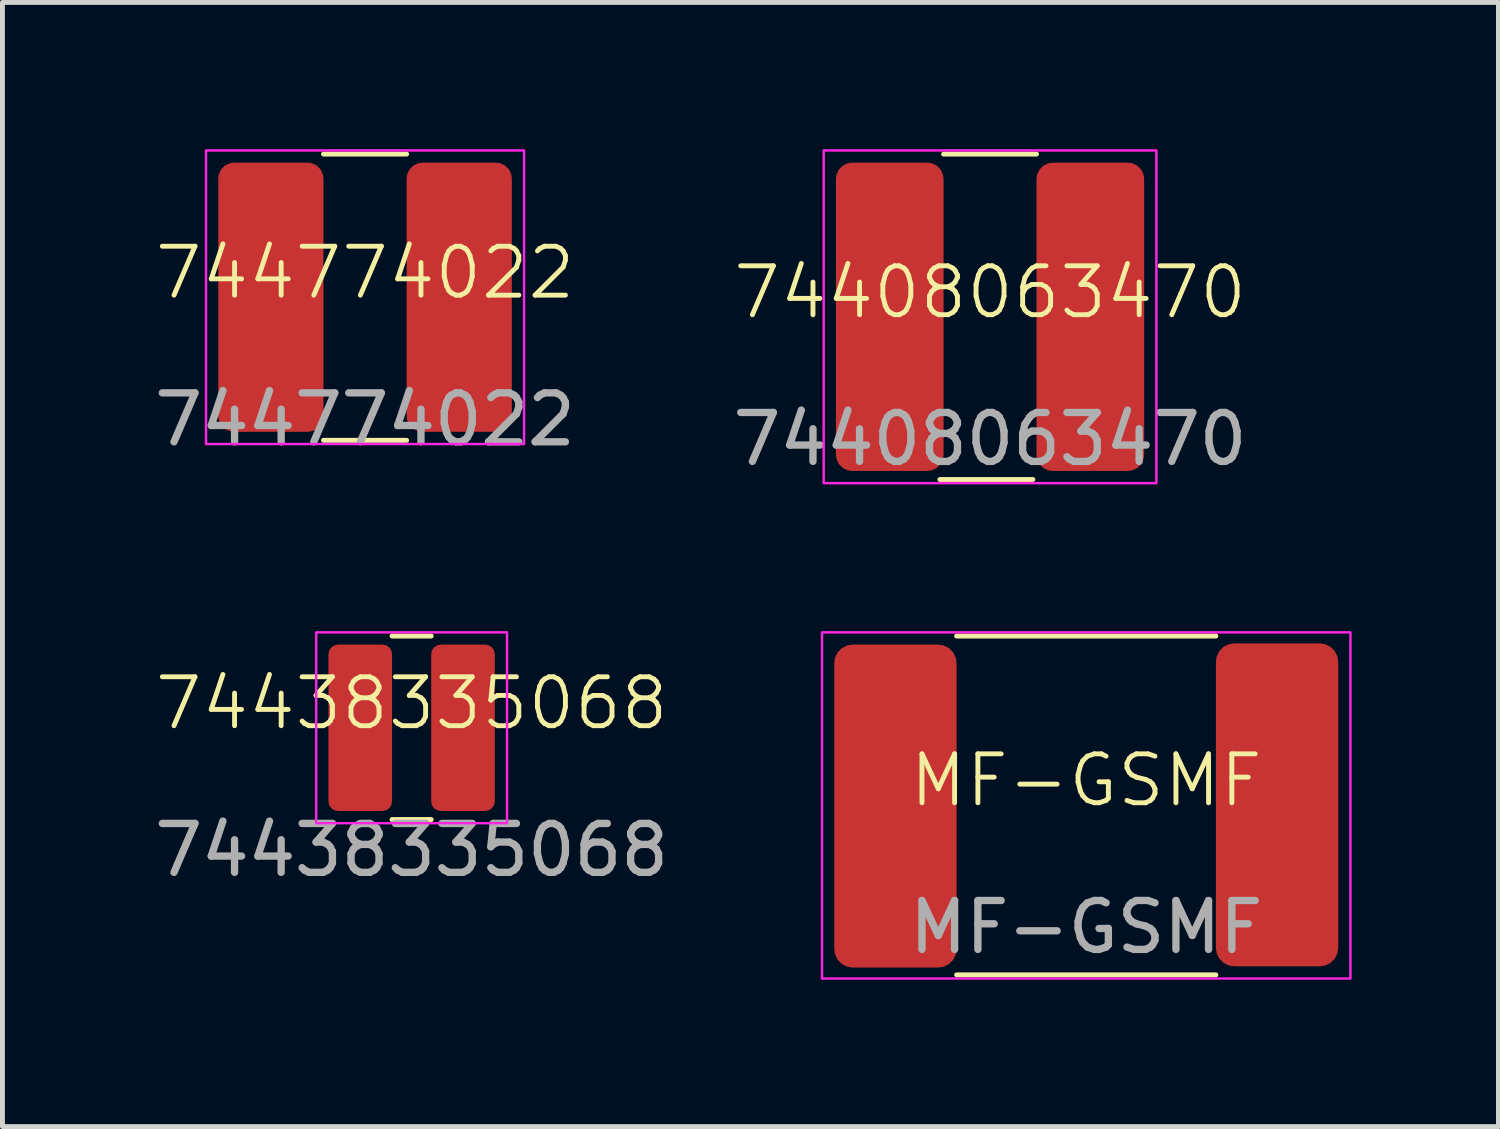
<source format=kicad_pcb>
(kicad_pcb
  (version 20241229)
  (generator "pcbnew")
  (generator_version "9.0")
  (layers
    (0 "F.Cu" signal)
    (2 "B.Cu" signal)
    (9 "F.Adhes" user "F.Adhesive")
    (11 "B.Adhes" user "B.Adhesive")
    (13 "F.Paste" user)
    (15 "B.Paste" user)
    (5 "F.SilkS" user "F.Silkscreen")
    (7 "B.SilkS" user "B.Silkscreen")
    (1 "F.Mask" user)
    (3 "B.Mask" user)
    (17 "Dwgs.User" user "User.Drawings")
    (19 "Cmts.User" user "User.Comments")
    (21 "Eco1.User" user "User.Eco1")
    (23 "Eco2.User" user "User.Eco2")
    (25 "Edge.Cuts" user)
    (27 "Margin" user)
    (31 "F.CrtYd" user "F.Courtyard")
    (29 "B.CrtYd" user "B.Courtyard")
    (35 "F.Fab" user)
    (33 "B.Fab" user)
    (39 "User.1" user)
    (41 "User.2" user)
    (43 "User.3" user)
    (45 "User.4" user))
  (footprint "74408063470"
    (layer "F.Cu")
    (at 17.185 3.425)
    (property "Reference" "74408063470" (at 0 -0.5 0) (unlocked yes) (layer "F.SilkS") (effects (font (size 1 1) (thickness 0.1))))
    (attr smd)
    (fp_line (start -1.025 3.325) (end 0.875 3.325) (stroke (width 0.1) (type default)) (layer "F.SilkS"))
    (fp_line (start -0.95 -3.325) (end 0.95 -3.325) (stroke (width 0.1) (type default)) (layer "F.SilkS"))
    (fp_rect (start -3.4 -3.4) (end 3.4 3.4) (stroke (width 0.05) (type default)) (fill no) (layer "F.CrtYd"))
    (fp_text user "${REFERENCE}" (at 0 2.5 0) (unlocked yes) (layer "F.Fab") (effects (font (size 1 1) (thickness 0.15))))
    (pad "1" smd roundrect (at -2.05 0 90) (size 6.3 2.2) (layers "F.Cu" "F.Mask" "F.Paste") (roundrect_rratio 0.15))
    (pad "2" smd roundrect (at 2.05 0 90) (size 6.3 2.2) (layers "F.Cu" "F.Mask" "F.Paste") (roundrect_rratio 0.15)))
  (footprint "MF-GSMF"
    (layer "F.Cu")
    (at 19.151 13.4)
    (property "Reference" "MF-GSMF" (at 0 -0.5 0) (unlocked yes) (layer "F.SilkS") (effects (font (size 1 1) (thickness 0.1))))
    (attr smd)
    (fp_line (start -2.65 -3.45) (end 2.65 -3.45) (stroke (width 0.1) (type default)) (layer "F.SilkS"))
    (fp_line (start -2.65 3.475) (end 2.65 3.475) (stroke (width 0.1) (type default)) (layer "F.SilkS"))
    (fp_rect (start -5.4 -3.525) (end 5.4 3.55) (stroke (width 0.05) (type default)) (fill no) (layer "F.CrtYd"))
    (fp_text user "${REFERENCE}" (at 0 2.5 0) (unlocked yes) (layer "F.Fab") (effects (font (size 1 1) (thickness 0.15))))
    (pad "1" smd roundrect (at -3.9 0.025 90) (size 6.6 2.5) (layers "F.Cu" "F.Mask" "F.Paste") (roundrect_rratio 0.15))
    (pad "2" smd roundrect (at 3.9 0 90) (size 6.6 2.5) (layers "F.Cu" "F.Mask" "F.Paste") (roundrect_rratio 0.15)))
  (footprint "74438335068"
    (layer "F.Cu")
    (at 5.363 11.825)
    (property "Reference" "74438335068" (at 0 -0.5 0) (unlocked yes) (layer "F.SilkS") (effects (font (size 1 1) (thickness 0.1))))
    (attr smd)
    (fp_line (start -0.4 -1.875) (end 0.4 -1.875) (stroke (width 0.1) (type default)) (layer "F.SilkS"))
    (fp_line (start -0.4 1.875) (end 0.4 1.875) (stroke (width 0.1) (type default)) (layer "F.SilkS"))
    (fp_rect (start -1.95 -1.95) (end 1.95 1.95) (stroke (width 0.05) (type default)) (fill no) (layer "F.CrtYd"))
    (fp_text user "${REFERENCE}" (at 0 2.5 0) (unlocked yes) (layer "F.Fab") (effects (font (size 1 1) (thickness 0.15))))
    (pad "1" smd roundrect (at -1.05 0 90) (size 3.4 1.3) (layers "F.Cu" "F.Mask" "F.Paste") (roundrect_rratio 0.15))
    (pad "2" smd roundrect (at 1.05 0 90) (size 3.4 1.3) (layers "F.Cu" "F.Mask" "F.Paste") (roundrect_rratio 0.15)))
  (footprint "744774022"
    (layer "F.Cu")
    (at 4.411 3.025)
    (property "Reference" "744774022" (at 0 -0.5 0) (unlocked yes) (layer "F.SilkS") (effects (font (size 1 1) (thickness 0.1))))
    (attr smd)
    (fp_line (start -0.85 -2.925) (end 0.85 -2.925) (stroke (width 0.1) (type solid)) (layer "F.SilkS"))
    (fp_line (start -0.85 2.925) (end 0.85 2.925) (stroke (width 0.1) (type solid)) (layer "F.SilkS"))
    (fp_rect (start -3.25 -3) (end 3.25 3) (stroke (width 0.05) (type default)) (fill no) (layer "F.CrtYd"))
    (fp_text user "${REFERENCE}" (at 0 2.5 0) (unlocked yes) (layer "F.Fab") (effects (font (size 1 1) (thickness 0.15))))
    (pad "1" smd roundrect (at -1.925 0 90) (size 5.5 2.15) (layers "F.Cu" "F.Mask" "F.Paste") (roundrect_rratio 0.15))
    (pad "2" smd roundrect (at 1.925 0 90) (size 5.5 2.15) (layers "F.Cu" "F.Mask" "F.Paste") (roundrect_rratio 0.15)))
  (gr_rect
    (start -3 -3)
    (end 27.576 19.975)
    (stroke (width 0.1) (type default))
    (fill no)
    (layer "Edge.Cuts")))
</source>
